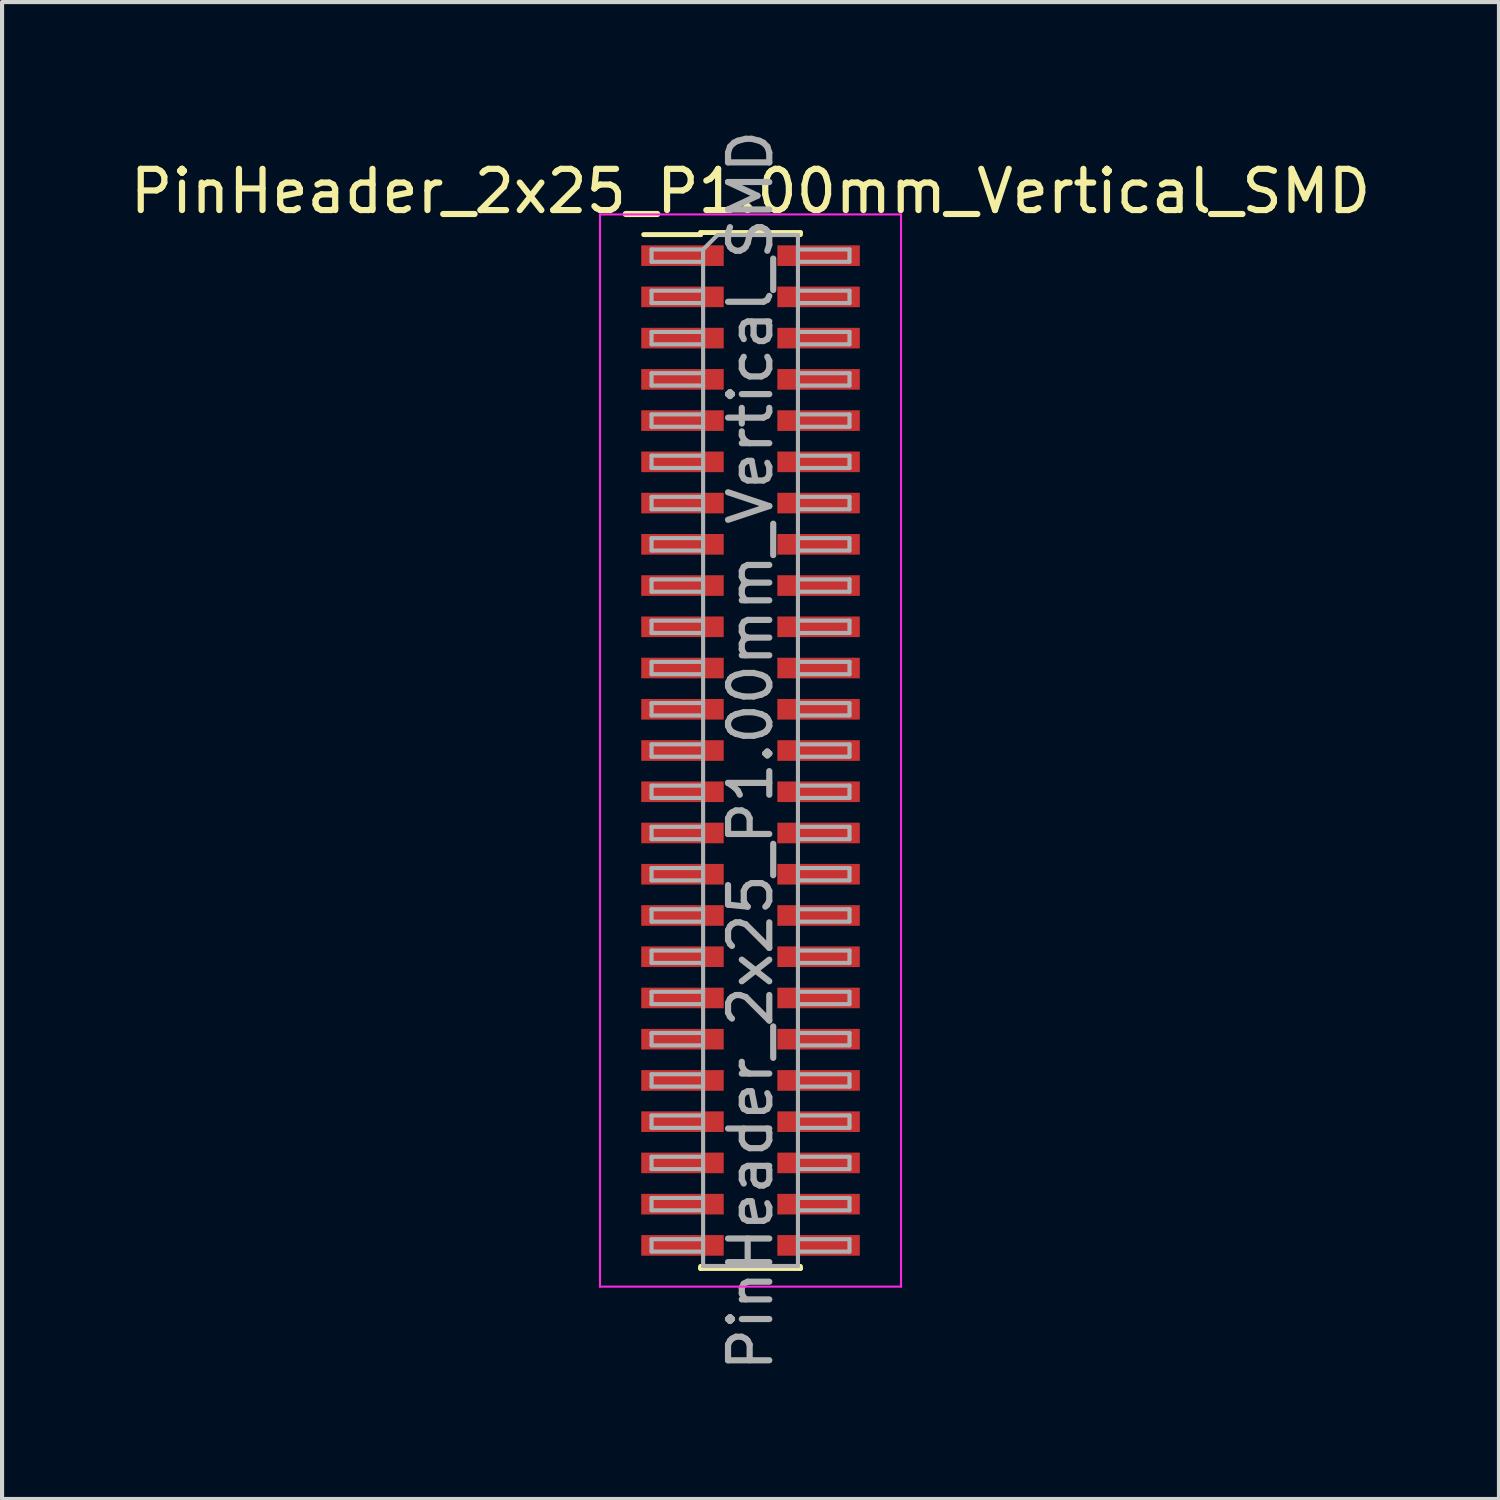
<source format=kicad_pcb>
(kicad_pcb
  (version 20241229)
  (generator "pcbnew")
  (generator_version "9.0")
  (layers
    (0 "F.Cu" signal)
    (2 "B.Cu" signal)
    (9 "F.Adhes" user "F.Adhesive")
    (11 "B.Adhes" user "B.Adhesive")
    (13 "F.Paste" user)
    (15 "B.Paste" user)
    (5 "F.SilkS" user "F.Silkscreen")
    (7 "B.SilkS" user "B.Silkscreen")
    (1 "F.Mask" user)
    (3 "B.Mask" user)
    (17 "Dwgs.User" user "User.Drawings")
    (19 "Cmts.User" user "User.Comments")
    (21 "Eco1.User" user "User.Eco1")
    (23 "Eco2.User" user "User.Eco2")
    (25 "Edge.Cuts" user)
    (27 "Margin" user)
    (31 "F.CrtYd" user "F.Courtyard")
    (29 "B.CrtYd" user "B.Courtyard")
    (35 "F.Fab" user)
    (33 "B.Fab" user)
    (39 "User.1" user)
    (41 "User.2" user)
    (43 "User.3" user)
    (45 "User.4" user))
  (footprint "PinHeader_2x25_P1.00mm_Vertical_SMD"
    (layer "F.Cu")
    (at 15.149 15.149)
    (property "Reference" "PinHeader_2x25_P1.00mm_Vertical_SMD" (at 0 -13.56 0) (layer "F.SilkS") (effects (font (size 1 1) (thickness 0.15))))
    (attr smd)
    (fp_line (start -2.59 -12.51) (end -1.21 -12.51) (stroke (width 0.12) (type solid)) (layer "F.SilkS"))
    (fp_line (start -1.21 -12.56) (end -1.21 -12.51) (stroke (width 0.12) (type solid)) (layer "F.SilkS"))
    (fp_line (start -1.21 -12.56) (end 1.21 -12.56) (stroke (width 0.12) (type solid)) (layer "F.SilkS"))
    (fp_line (start -1.21 12.51) (end -1.21 12.56) (stroke (width 0.12) (type solid)) (layer "F.SilkS"))
    (fp_line (start -1.21 12.56) (end 1.21 12.56) (stroke (width 0.12) (type solid)) (layer "F.SilkS"))
    (fp_line (start 1.21 -12.56) (end 1.21 -12.51) (stroke (width 0.12) (type solid)) (layer "F.SilkS"))
    (fp_line (start 1.21 12.51) (end 1.21 12.56) (stroke (width 0.12) (type solid)) (layer "F.SilkS"))
    (fp_line (start -3.65 -13) (end -3.65 13) (stroke (width 0.05) (type solid)) (layer "F.CrtYd"))
    (fp_line (start -3.65 13) (end 3.65 13) (stroke (width 0.05) (type solid)) (layer "F.CrtYd"))
    (fp_line (start 3.65 -13) (end -3.65 -13) (stroke (width 0.05) (type solid)) (layer "F.CrtYd"))
    (fp_line (start 3.65 13) (end 3.65 -13) (stroke (width 0.05) (type solid)) (layer "F.CrtYd"))
    (fp_line (start -2.4 -12.15) (end -2.4 -11.85) (stroke (width 0.1) (type solid)) (layer "F.Fab"))
    (fp_line (start -2.4 -11.85) (end -1.15 -11.85) (stroke (width 0.1) (type solid)) (layer "F.Fab"))
    (fp_line (start -2.4 -11.15) (end -2.4 -10.85) (stroke (width 0.1) (type solid)) (layer "F.Fab"))
    (fp_line (start -2.4 -10.85) (end -1.15 -10.85) (stroke (width 0.1) (type solid)) (layer "F.Fab"))
    (fp_line (start -2.4 -10.15) (end -2.4 -9.85) (stroke (width 0.1) (type solid)) (layer "F.Fab"))
    (fp_line (start -2.4 -9.85) (end -1.15 -9.85) (stroke (width 0.1) (type solid)) (layer "F.Fab"))
    (fp_line (start -2.4 -9.15) (end -2.4 -8.85) (stroke (width 0.1) (type solid)) (layer "F.Fab"))
    (fp_line (start -2.4 -8.85) (end -1.15 -8.85) (stroke (width 0.1) (type solid)) (layer "F.Fab"))
    (fp_line (start -2.4 -8.15) (end -2.4 -7.85) (stroke (width 0.1) (type solid)) (layer "F.Fab"))
    (fp_line (start -2.4 -7.85) (end -1.15 -7.85) (stroke (width 0.1) (type solid)) (layer "F.Fab"))
    (fp_line (start -2.4 -7.15) (end -2.4 -6.85) (stroke (width 0.1) (type solid)) (layer "F.Fab"))
    (fp_line (start -2.4 -6.85) (end -1.15 -6.85) (stroke (width 0.1) (type solid)) (layer "F.Fab"))
    (fp_line (start -2.4 -6.15) (end -2.4 -5.85) (stroke (width 0.1) (type solid)) (layer "F.Fab"))
    (fp_line (start -2.4 -5.85) (end -1.15 -5.85) (stroke (width 0.1) (type solid)) (layer "F.Fab"))
    (fp_line (start -2.4 -5.15) (end -2.4 -4.85) (stroke (width 0.1) (type solid)) (layer "F.Fab"))
    (fp_line (start -2.4 -4.85) (end -1.15 -4.85) (stroke (width 0.1) (type solid)) (layer "F.Fab"))
    (fp_line (start -2.4 -4.15) (end -2.4 -3.85) (stroke (width 0.1) (type solid)) (layer "F.Fab"))
    (fp_line (start -2.4 -3.85) (end -1.15 -3.85) (stroke (width 0.1) (type solid)) (layer "F.Fab"))
    (fp_line (start -2.4 -3.15) (end -2.4 -2.85) (stroke (width 0.1) (type solid)) (layer "F.Fab"))
    (fp_line (start -2.4 -2.85) (end -1.15 -2.85) (stroke (width 0.1) (type solid)) (layer "F.Fab"))
    (fp_line (start -2.4 -2.15) (end -2.4 -1.85) (stroke (width 0.1) (type solid)) (layer "F.Fab"))
    (fp_line (start -2.4 -1.85) (end -1.15 -1.85) (stroke (width 0.1) (type solid)) (layer "F.Fab"))
    (fp_line (start -2.4 -1.15) (end -2.4 -0.85) (stroke (width 0.1) (type solid)) (layer "F.Fab"))
    (fp_line (start -2.4 -0.85) (end -1.15 -0.85) (stroke (width 0.1) (type solid)) (layer "F.Fab"))
    (fp_line (start -2.4 -0.15) (end -2.4 0.15) (stroke (width 0.1) (type solid)) (layer "F.Fab"))
    (fp_line (start -2.4 0.15) (end -1.15 0.15) (stroke (width 0.1) (type solid)) (layer "F.Fab"))
    (fp_line (start -2.4 0.85) (end -2.4 1.15) (stroke (width 0.1) (type solid)) (layer "F.Fab"))
    (fp_line (start -2.4 1.15) (end -1.15 1.15) (stroke (width 0.1) (type solid)) (layer "F.Fab"))
    (fp_line (start -2.4 1.85) (end -2.4 2.15) (stroke (width 0.1) (type solid)) (layer "F.Fab"))
    (fp_line (start -2.4 2.15) (end -1.15 2.15) (stroke (width 0.1) (type solid)) (layer "F.Fab"))
    (fp_line (start -2.4 2.85) (end -2.4 3.15) (stroke (width 0.1) (type solid)) (layer "F.Fab"))
    (fp_line (start -2.4 3.15) (end -1.15 3.15) (stroke (width 0.1) (type solid)) (layer "F.Fab"))
    (fp_line (start -2.4 3.85) (end -2.4 4.15) (stroke (width 0.1) (type solid)) (layer "F.Fab"))
    (fp_line (start -2.4 4.15) (end -1.15 4.15) (stroke (width 0.1) (type solid)) (layer "F.Fab"))
    (fp_line (start -2.4 4.85) (end -2.4 5.15) (stroke (width 0.1) (type solid)) (layer "F.Fab"))
    (fp_line (start -2.4 5.15) (end -1.15 5.15) (stroke (width 0.1) (type solid)) (layer "F.Fab"))
    (fp_line (start -2.4 5.85) (end -2.4 6.15) (stroke (width 0.1) (type solid)) (layer "F.Fab"))
    (fp_line (start -2.4 6.15) (end -1.15 6.15) (stroke (width 0.1) (type solid)) (layer "F.Fab"))
    (fp_line (start -2.4 6.85) (end -2.4 7.15) (stroke (width 0.1) (type solid)) (layer "F.Fab"))
    (fp_line (start -2.4 7.15) (end -1.15 7.15) (stroke (width 0.1) (type solid)) (layer "F.Fab"))
    (fp_line (start -2.4 7.85) (end -2.4 8.15) (stroke (width 0.1) (type solid)) (layer "F.Fab"))
    (fp_line (start -2.4 8.15) (end -1.15 8.15) (stroke (width 0.1) (type solid)) (layer "F.Fab"))
    (fp_line (start -2.4 8.85) (end -2.4 9.15) (stroke (width 0.1) (type solid)) (layer "F.Fab"))
    (fp_line (start -2.4 9.15) (end -1.15 9.15) (stroke (width 0.1) (type solid)) (layer "F.Fab"))
    (fp_line (start -2.4 9.85) (end -2.4 10.15) (stroke (width 0.1) (type solid)) (layer "F.Fab"))
    (fp_line (start -2.4 10.15) (end -1.15 10.15) (stroke (width 0.1) (type solid)) (layer "F.Fab"))
    (fp_line (start -2.4 10.85) (end -2.4 11.15) (stroke (width 0.1) (type solid)) (layer "F.Fab"))
    (fp_line (start -2.4 11.15) (end -1.15 11.15) (stroke (width 0.1) (type solid)) (layer "F.Fab"))
    (fp_line (start -2.4 11.85) (end -2.4 12.15) (stroke (width 0.1) (type solid)) (layer "F.Fab"))
    (fp_line (start -2.4 12.15) (end -1.15 12.15) (stroke (width 0.1) (type solid)) (layer "F.Fab"))
    (fp_line (start -1.15 -12.15) (end -2.4 -12.15) (stroke (width 0.1) (type solid)) (layer "F.Fab"))
    (fp_line (start -1.15 -12.15) (end -0.8 -12.5) (stroke (width 0.1) (type solid)) (layer "F.Fab"))
    (fp_line (start -1.15 -11.15) (end -2.4 -11.15) (stroke (width 0.1) (type solid)) (layer "F.Fab"))
    (fp_line (start -1.15 -10.15) (end -2.4 -10.15) (stroke (width 0.1) (type solid)) (layer "F.Fab"))
    (fp_line (start -1.15 -9.15) (end -2.4 -9.15) (stroke (width 0.1) (type solid)) (layer "F.Fab"))
    (fp_line (start -1.15 -8.15) (end -2.4 -8.15) (stroke (width 0.1) (type solid)) (layer "F.Fab"))
    (fp_line (start -1.15 -7.15) (end -2.4 -7.15) (stroke (width 0.1) (type solid)) (layer "F.Fab"))
    (fp_line (start -1.15 -6.15) (end -2.4 -6.15) (stroke (width 0.1) (type solid)) (layer "F.Fab"))
    (fp_line (start -1.15 -5.15) (end -2.4 -5.15) (stroke (width 0.1) (type solid)) (layer "F.Fab"))
    (fp_line (start -1.15 -4.15) (end -2.4 -4.15) (stroke (width 0.1) (type solid)) (layer "F.Fab"))
    (fp_line (start -1.15 -3.15) (end -2.4 -3.15) (stroke (width 0.1) (type solid)) (layer "F.Fab"))
    (fp_line (start -1.15 -2.15) (end -2.4 -2.15) (stroke (width 0.1) (type solid)) (layer "F.Fab"))
    (fp_line (start -1.15 -1.15) (end -2.4 -1.15) (stroke (width 0.1) (type solid)) (layer "F.Fab"))
    (fp_line (start -1.15 -0.15) (end -2.4 -0.15) (stroke (width 0.1) (type solid)) (layer "F.Fab"))
    (fp_line (start -1.15 0.85) (end -2.4 0.85) (stroke (width 0.1) (type solid)) (layer "F.Fab"))
    (fp_line (start -1.15 1.85) (end -2.4 1.85) (stroke (width 0.1) (type solid)) (layer "F.Fab"))
    (fp_line (start -1.15 2.85) (end -2.4 2.85) (stroke (width 0.1) (type solid)) (layer "F.Fab"))
    (fp_line (start -1.15 3.85) (end -2.4 3.85) (stroke (width 0.1) (type solid)) (layer "F.Fab"))
    (fp_line (start -1.15 4.85) (end -2.4 4.85) (stroke (width 0.1) (type solid)) (layer "F.Fab"))
    (fp_line (start -1.15 5.85) (end -2.4 5.85) (stroke (width 0.1) (type solid)) (layer "F.Fab"))
    (fp_line (start -1.15 6.85) (end -2.4 6.85) (stroke (width 0.1) (type solid)) (layer "F.Fab"))
    (fp_line (start -1.15 7.85) (end -2.4 7.85) (stroke (width 0.1) (type solid)) (layer "F.Fab"))
    (fp_line (start -1.15 8.85) (end -2.4 8.85) (stroke (width 0.1) (type solid)) (layer "F.Fab"))
    (fp_line (start -1.15 9.85) (end -2.4 9.85) (stroke (width 0.1) (type solid)) (layer "F.Fab"))
    (fp_line (start -1.15 10.85) (end -2.4 10.85) (stroke (width 0.1) (type solid)) (layer "F.Fab"))
    (fp_line (start -1.15 11.85) (end -2.4 11.85) (stroke (width 0.1) (type solid)) (layer "F.Fab"))
    (fp_line (start -1.15 12.5) (end -1.15 -12.15) (stroke (width 0.1) (type solid)) (layer "F.Fab"))
    (fp_line (start -0.8 -12.5) (end 1.15 -12.5) (stroke (width 0.1) (type solid)) (layer "F.Fab"))
    (fp_line (start 1.15 -12.5) (end 1.15 12.5) (stroke (width 0.1) (type solid)) (layer "F.Fab"))
    (fp_line (start 1.15 -12.15) (end 2.4 -12.15) (stroke (width 0.1) (type solid)) (layer "F.Fab"))
    (fp_line (start 1.15 -11.15) (end 2.4 -11.15) (stroke (width 0.1) (type solid)) (layer "F.Fab"))
    (fp_line (start 1.15 -10.15) (end 2.4 -10.15) (stroke (width 0.1) (type solid)) (layer "F.Fab"))
    (fp_line (start 1.15 -9.15) (end 2.4 -9.15) (stroke (width 0.1) (type solid)) (layer "F.Fab"))
    (fp_line (start 1.15 -8.15) (end 2.4 -8.15) (stroke (width 0.1) (type solid)) (layer "F.Fab"))
    (fp_line (start 1.15 -7.15) (end 2.4 -7.15) (stroke (width 0.1) (type solid)) (layer "F.Fab"))
    (fp_line (start 1.15 -6.15) (end 2.4 -6.15) (stroke (width 0.1) (type solid)) (layer "F.Fab"))
    (fp_line (start 1.15 -5.15) (end 2.4 -5.15) (stroke (width 0.1) (type solid)) (layer "F.Fab"))
    (fp_line (start 1.15 -4.15) (end 2.4 -4.15) (stroke (width 0.1) (type solid)) (layer "F.Fab"))
    (fp_line (start 1.15 -3.15) (end 2.4 -3.15) (stroke (width 0.1) (type solid)) (layer "F.Fab"))
    (fp_line (start 1.15 -2.15) (end 2.4 -2.15) (stroke (width 0.1) (type solid)) (layer "F.Fab"))
    (fp_line (start 1.15 -1.15) (end 2.4 -1.15) (stroke (width 0.1) (type solid)) (layer "F.Fab"))
    (fp_line (start 1.15 -0.15) (end 2.4 -0.15) (stroke (width 0.1) (type solid)) (layer "F.Fab"))
    (fp_line (start 1.15 0.85) (end 2.4 0.85) (stroke (width 0.1) (type solid)) (layer "F.Fab"))
    (fp_line (start 1.15 1.85) (end 2.4 1.85) (stroke (width 0.1) (type solid)) (layer "F.Fab"))
    (fp_line (start 1.15 2.85) (end 2.4 2.85) (stroke (width 0.1) (type solid)) (layer "F.Fab"))
    (fp_line (start 1.15 3.85) (end 2.4 3.85) (stroke (width 0.1) (type solid)) (layer "F.Fab"))
    (fp_line (start 1.15 4.85) (end 2.4 4.85) (stroke (width 0.1) (type solid)) (layer "F.Fab"))
    (fp_line (start 1.15 5.85) (end 2.4 5.85) (stroke (width 0.1) (type solid)) (layer "F.Fab"))
    (fp_line (start 1.15 6.85) (end 2.4 6.85) (stroke (width 0.1) (type solid)) (layer "F.Fab"))
    (fp_line (start 1.15 7.85) (end 2.4 7.85) (stroke (width 0.1) (type solid)) (layer "F.Fab"))
    (fp_line (start 1.15 8.85) (end 2.4 8.85) (stroke (width 0.1) (type solid)) (layer "F.Fab"))
    (fp_line (start 1.15 9.85) (end 2.4 9.85) (stroke (width 0.1) (type solid)) (layer "F.Fab"))
    (fp_line (start 1.15 10.85) (end 2.4 10.85) (stroke (width 0.1) (type solid)) (layer "F.Fab"))
    (fp_line (start 1.15 11.85) (end 2.4 11.85) (stroke (width 0.1) (type solid)) (layer "F.Fab"))
    (fp_line (start 1.15 12.5) (end -1.15 12.5) (stroke (width 0.1) (type solid)) (layer "F.Fab"))
    (fp_line (start 2.4 -12.15) (end 2.4 -11.85) (stroke (width 0.1) (type solid)) (layer "F.Fab"))
    (fp_line (start 2.4 -11.85) (end 1.15 -11.85) (stroke (width 0.1) (type solid)) (layer "F.Fab"))
    (fp_line (start 2.4 -11.15) (end 2.4 -10.85) (stroke (width 0.1) (type solid)) (layer "F.Fab"))
    (fp_line (start 2.4 -10.85) (end 1.15 -10.85) (stroke (width 0.1) (type solid)) (layer "F.Fab"))
    (fp_line (start 2.4 -10.15) (end 2.4 -9.85) (stroke (width 0.1) (type solid)) (layer "F.Fab"))
    (fp_line (start 2.4 -9.85) (end 1.15 -9.85) (stroke (width 0.1) (type solid)) (layer "F.Fab"))
    (fp_line (start 2.4 -9.15) (end 2.4 -8.85) (stroke (width 0.1) (type solid)) (layer "F.Fab"))
    (fp_line (start 2.4 -8.85) (end 1.15 -8.85) (stroke (width 0.1) (type solid)) (layer "F.Fab"))
    (fp_line (start 2.4 -8.15) (end 2.4 -7.85) (stroke (width 0.1) (type solid)) (layer "F.Fab"))
    (fp_line (start 2.4 -7.85) (end 1.15 -7.85) (stroke (width 0.1) (type solid)) (layer "F.Fab"))
    (fp_line (start 2.4 -7.15) (end 2.4 -6.85) (stroke (width 0.1) (type solid)) (layer "F.Fab"))
    (fp_line (start 2.4 -6.85) (end 1.15 -6.85) (stroke (width 0.1) (type solid)) (layer "F.Fab"))
    (fp_line (start 2.4 -6.15) (end 2.4 -5.85) (stroke (width 0.1) (type solid)) (layer "F.Fab"))
    (fp_line (start 2.4 -5.85) (end 1.15 -5.85) (stroke (width 0.1) (type solid)) (layer "F.Fab"))
    (fp_line (start 2.4 -5.15) (end 2.4 -4.85) (stroke (width 0.1) (type solid)) (layer "F.Fab"))
    (fp_line (start 2.4 -4.85) (end 1.15 -4.85) (stroke (width 0.1) (type solid)) (layer "F.Fab"))
    (fp_line (start 2.4 -4.15) (end 2.4 -3.85) (stroke (width 0.1) (type solid)) (layer "F.Fab"))
    (fp_line (start 2.4 -3.85) (end 1.15 -3.85) (stroke (width 0.1) (type solid)) (layer "F.Fab"))
    (fp_line (start 2.4 -3.15) (end 2.4 -2.85) (stroke (width 0.1) (type solid)) (layer "F.Fab"))
    (fp_line (start 2.4 -2.85) (end 1.15 -2.85) (stroke (width 0.1) (type solid)) (layer "F.Fab"))
    (fp_line (start 2.4 -2.15) (end 2.4 -1.85) (stroke (width 0.1) (type solid)) (layer "F.Fab"))
    (fp_line (start 2.4 -1.85) (end 1.15 -1.85) (stroke (width 0.1) (type solid)) (layer "F.Fab"))
    (fp_line (start 2.4 -1.15) (end 2.4 -0.85) (stroke (width 0.1) (type solid)) (layer "F.Fab"))
    (fp_line (start 2.4 -0.85) (end 1.15 -0.85) (stroke (width 0.1) (type solid)) (layer "F.Fab"))
    (fp_line (start 2.4 -0.15) (end 2.4 0.15) (stroke (width 0.1) (type solid)) (layer "F.Fab"))
    (fp_line (start 2.4 0.15) (end 1.15 0.15) (stroke (width 0.1) (type solid)) (layer "F.Fab"))
    (fp_line (start 2.4 0.85) (end 2.4 1.15) (stroke (width 0.1) (type solid)) (layer "F.Fab"))
    (fp_line (start 2.4 1.15) (end 1.15 1.15) (stroke (width 0.1) (type solid)) (layer "F.Fab"))
    (fp_line (start 2.4 1.85) (end 2.4 2.15) (stroke (width 0.1) (type solid)) (layer "F.Fab"))
    (fp_line (start 2.4 2.15) (end 1.15 2.15) (stroke (width 0.1) (type solid)) (layer "F.Fab"))
    (fp_line (start 2.4 2.85) (end 2.4 3.15) (stroke (width 0.1) (type solid)) (layer "F.Fab"))
    (fp_line (start 2.4 3.15) (end 1.15 3.15) (stroke (width 0.1) (type solid)) (layer "F.Fab"))
    (fp_line (start 2.4 3.85) (end 2.4 4.15) (stroke (width 0.1) (type solid)) (layer "F.Fab"))
    (fp_line (start 2.4 4.15) (end 1.15 4.15) (stroke (width 0.1) (type solid)) (layer "F.Fab"))
    (fp_line (start 2.4 4.85) (end 2.4 5.15) (stroke (width 0.1) (type solid)) (layer "F.Fab"))
    (fp_line (start 2.4 5.15) (end 1.15 5.15) (stroke (width 0.1) (type solid)) (layer "F.Fab"))
    (fp_line (start 2.4 5.85) (end 2.4 6.15) (stroke (width 0.1) (type solid)) (layer "F.Fab"))
    (fp_line (start 2.4 6.15) (end 1.15 6.15) (stroke (width 0.1) (type solid)) (layer "F.Fab"))
    (fp_line (start 2.4 6.85) (end 2.4 7.15) (stroke (width 0.1) (type solid)) (layer "F.Fab"))
    (fp_line (start 2.4 7.15) (end 1.15 7.15) (stroke (width 0.1) (type solid)) (layer "F.Fab"))
    (fp_line (start 2.4 7.85) (end 2.4 8.15) (stroke (width 0.1) (type solid)) (layer "F.Fab"))
    (fp_line (start 2.4 8.15) (end 1.15 8.15) (stroke (width 0.1) (type solid)) (layer "F.Fab"))
    (fp_line (start 2.4 8.85) (end 2.4 9.15) (stroke (width 0.1) (type solid)) (layer "F.Fab"))
    (fp_line (start 2.4 9.15) (end 1.15 9.15) (stroke (width 0.1) (type solid)) (layer "F.Fab"))
    (fp_line (start 2.4 9.85) (end 2.4 10.15) (stroke (width 0.1) (type solid)) (layer "F.Fab"))
    (fp_line (start 2.4 10.15) (end 1.15 10.15) (stroke (width 0.1) (type solid)) (layer "F.Fab"))
    (fp_line (start 2.4 10.85) (end 2.4 11.15) (stroke (width 0.1) (type solid)) (layer "F.Fab"))
    (fp_line (start 2.4 11.15) (end 1.15 11.15) (stroke (width 0.1) (type solid)) (layer "F.Fab"))
    (fp_line (start 2.4 11.85) (end 2.4 12.15) (stroke (width 0.1) (type solid)) (layer "F.Fab"))
    (fp_line (start 2.4 12.15) (end 1.15 12.15) (stroke (width 0.1) (type solid)) (layer "F.Fab"))
    (fp_text user "${REFERENCE}" (at 0 0 90) (layer "F.Fab") (effects (font (size 1 1) (thickness 0.15))))
    (pad "1" smd rect (at -1.65 -12) (size 2 0.5) (layers "F.Cu" "F.Mask" "F.Paste"))
    (pad "2" smd rect (at 1.65 -12) (size 2 0.5) (layers "F.Cu" "F.Mask" "F.Paste"))
    (pad "3" smd rect (at -1.65 -11) (size 2 0.5) (layers "F.Cu" "F.Mask" "F.Paste"))
    (pad "4" smd rect (at 1.65 -11) (size 2 0.5) (layers "F.Cu" "F.Mask" "F.Paste"))
    (pad "5" smd rect (at -1.65 -10) (size 2 0.5) (layers "F.Cu" "F.Mask" "F.Paste"))
    (pad "6" smd rect (at 1.65 -10) (size 2 0.5) (layers "F.Cu" "F.Mask" "F.Paste"))
    (pad "7" smd rect (at -1.65 -9) (size 2 0.5) (layers "F.Cu" "F.Mask" "F.Paste"))
    (pad "8" smd rect (at 1.65 -9) (size 2 0.5) (layers "F.Cu" "F.Mask" "F.Paste"))
    (pad "9" smd rect (at -1.65 -8) (size 2 0.5) (layers "F.Cu" "F.Mask" "F.Paste"))
    (pad "10" smd rect (at 1.65 -8) (size 2 0.5) (layers "F.Cu" "F.Mask" "F.Paste"))
    (pad "11" smd rect (at -1.65 -7) (size 2 0.5) (layers "F.Cu" "F.Mask" "F.Paste"))
    (pad "12" smd rect (at 1.65 -7) (size 2 0.5) (layers "F.Cu" "F.Mask" "F.Paste"))
    (pad "13" smd rect (at -1.65 -6) (size 2 0.5) (layers "F.Cu" "F.Mask" "F.Paste"))
    (pad "14" smd rect (at 1.65 -6) (size 2 0.5) (layers "F.Cu" "F.Mask" "F.Paste"))
    (pad "15" smd rect (at -1.65 -5) (size 2 0.5) (layers "F.Cu" "F.Mask" "F.Paste"))
    (pad "16" smd rect (at 1.65 -5) (size 2 0.5) (layers "F.Cu" "F.Mask" "F.Paste"))
    (pad "17" smd rect (at -1.65 -4) (size 2 0.5) (layers "F.Cu" "F.Mask" "F.Paste"))
    (pad "18" smd rect (at 1.65 -4) (size 2 0.5) (layers "F.Cu" "F.Mask" "F.Paste"))
    (pad "19" smd rect (at -1.65 -3) (size 2 0.5) (layers "F.Cu" "F.Mask" "F.Paste"))
    (pad "20" smd rect (at 1.65 -3) (size 2 0.5) (layers "F.Cu" "F.Mask" "F.Paste"))
    (pad "21" smd rect (at -1.65 -2) (size 2 0.5) (layers "F.Cu" "F.Mask" "F.Paste"))
    (pad "22" smd rect (at 1.65 -2) (size 2 0.5) (layers "F.Cu" "F.Mask" "F.Paste"))
    (pad "23" smd rect (at -1.65 -1) (size 2 0.5) (layers "F.Cu" "F.Mask" "F.Paste"))
    (pad "24" smd rect (at 1.65 -1) (size 2 0.5) (layers "F.Cu" "F.Mask" "F.Paste"))
    (pad "25" smd rect (at -1.65 0) (size 2 0.5) (layers "F.Cu" "F.Mask" "F.Paste"))
    (pad "26" smd rect (at 1.65 0) (size 2 0.5) (layers "F.Cu" "F.Mask" "F.Paste"))
    (pad "27" smd rect (at -1.65 1) (size 2 0.5) (layers "F.Cu" "F.Mask" "F.Paste"))
    (pad "28" smd rect (at 1.65 1) (size 2 0.5) (layers "F.Cu" "F.Mask" "F.Paste"))
    (pad "29" smd rect (at -1.65 2) (size 2 0.5) (layers "F.Cu" "F.Mask" "F.Paste"))
    (pad "30" smd rect (at 1.65 2) (size 2 0.5) (layers "F.Cu" "F.Mask" "F.Paste"))
    (pad "31" smd rect (at -1.65 3) (size 2 0.5) (layers "F.Cu" "F.Mask" "F.Paste"))
    (pad "32" smd rect (at 1.65 3) (size 2 0.5) (layers "F.Cu" "F.Mask" "F.Paste"))
    (pad "33" smd rect (at -1.65 4) (size 2 0.5) (layers "F.Cu" "F.Mask" "F.Paste"))
    (pad "34" smd rect (at 1.65 4) (size 2 0.5) (layers "F.Cu" "F.Mask" "F.Paste"))
    (pad "35" smd rect (at -1.65 5) (size 2 0.5) (layers "F.Cu" "F.Mask" "F.Paste"))
    (pad "36" smd rect (at 1.65 5) (size 2 0.5) (layers "F.Cu" "F.Mask" "F.Paste"))
    (pad "37" smd rect (at -1.65 6) (size 2 0.5) (layers "F.Cu" "F.Mask" "F.Paste"))
    (pad "38" smd rect (at 1.65 6) (size 2 0.5) (layers "F.Cu" "F.Mask" "F.Paste"))
    (pad "39" smd rect (at -1.65 7) (size 2 0.5) (layers "F.Cu" "F.Mask" "F.Paste"))
    (pad "40" smd rect (at 1.65 7) (size 2 0.5) (layers "F.Cu" "F.Mask" "F.Paste"))
    (pad "41" smd rect (at -1.65 8) (size 2 0.5) (layers "F.Cu" "F.Mask" "F.Paste"))
    (pad "42" smd rect (at 1.65 8) (size 2 0.5) (layers "F.Cu" "F.Mask" "F.Paste"))
    (pad "43" smd rect (at -1.65 9) (size 2 0.5) (layers "F.Cu" "F.Mask" "F.Paste"))
    (pad "44" smd rect (at 1.65 9) (size 2 0.5) (layers "F.Cu" "F.Mask" "F.Paste"))
    (pad "45" smd rect (at -1.65 10) (size 2 0.5) (layers "F.Cu" "F.Mask" "F.Paste"))
    (pad "46" smd rect (at 1.65 10) (size 2 0.5) (layers "F.Cu" "F.Mask" "F.Paste"))
    (pad "47" smd rect (at -1.65 11) (size 2 0.5) (layers "F.Cu" "F.Mask" "F.Paste"))
    (pad "48" smd rect (at 1.65 11) (size 2 0.5) (layers "F.Cu" "F.Mask" "F.Paste"))
    (pad "49" smd rect (at -1.65 12) (size 2 0.5) (layers "F.Cu" "F.Mask" "F.Paste"))
    (pad "50" smd rect (at 1.65 12) (size 2 0.5) (layers "F.Cu" "F.Mask" "F.Paste")))
  (gr_rect
    (start -3 -3)
    (end 33.298 33.298)
    (stroke (width 0.1) (type default))
    (fill no)
    (layer "Edge.Cuts")))
</source>
